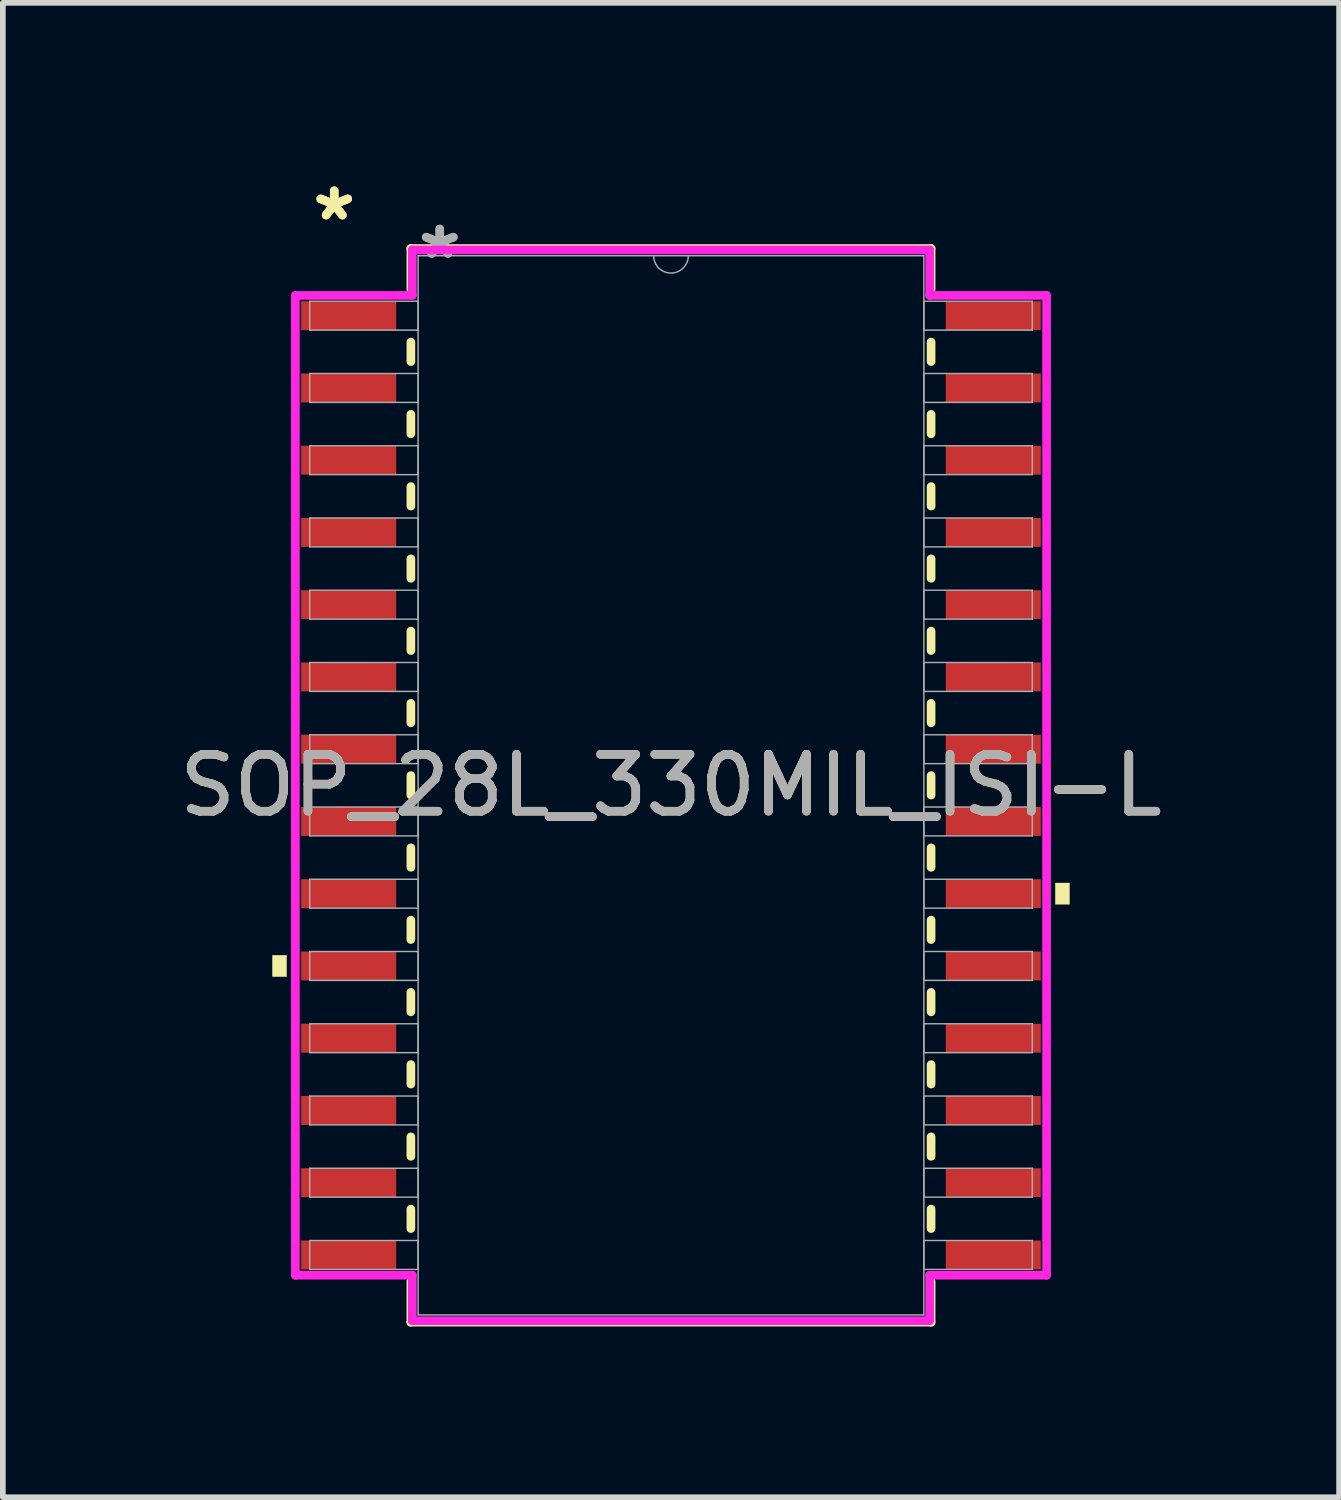
<source format=kicad_pcb>
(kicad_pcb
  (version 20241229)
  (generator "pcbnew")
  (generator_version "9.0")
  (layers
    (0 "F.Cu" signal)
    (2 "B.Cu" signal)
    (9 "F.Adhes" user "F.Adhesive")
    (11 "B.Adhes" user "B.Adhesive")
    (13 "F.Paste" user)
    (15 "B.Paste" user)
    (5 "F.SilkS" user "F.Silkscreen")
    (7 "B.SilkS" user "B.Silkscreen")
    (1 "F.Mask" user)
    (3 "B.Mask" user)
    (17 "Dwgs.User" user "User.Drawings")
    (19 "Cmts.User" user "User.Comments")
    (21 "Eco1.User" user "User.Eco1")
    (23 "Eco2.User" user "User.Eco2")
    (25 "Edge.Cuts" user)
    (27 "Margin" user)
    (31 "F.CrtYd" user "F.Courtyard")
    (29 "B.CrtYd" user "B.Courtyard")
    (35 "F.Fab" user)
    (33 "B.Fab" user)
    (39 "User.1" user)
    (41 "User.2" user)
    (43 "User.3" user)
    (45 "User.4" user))
  (footprint "SOP_28L_330MIL_ISI-L"
    (layer "F.Cu")
    (at 8.744 10.754)
    (property "Reference" "SOP_28L_330MIL_ISI-L" (at 0 0 0) (unlocked yes) (layer "F.SilkS") (effects (font (size 1 1) (thickness 0.15))))
    (attr smd)
    (fp_line (start -4.572 -9.436) (end -4.572 -8.719) (stroke (width 0.152) (type solid)) (layer "F.SilkS"))
    (fp_line (start -4.572 -7.791) (end -4.572 -7.449) (stroke (width 0.152) (type solid)) (layer "F.SilkS"))
    (fp_line (start -4.572 -6.521) (end -4.572 -6.179) (stroke (width 0.152) (type solid)) (layer "F.SilkS"))
    (fp_line (start -4.572 -5.251) (end -4.572 -4.909) (stroke (width 0.152) (type solid)) (layer "F.SilkS"))
    (fp_line (start -4.572 -3.981) (end -4.572 -3.639) (stroke (width 0.152) (type solid)) (layer "F.SilkS"))
    (fp_line (start -4.572 -2.711) (end -4.572 -2.369) (stroke (width 0.152) (type solid)) (layer "F.SilkS"))
    (fp_line (start -4.572 -1.441) (end -4.572 -1.099) (stroke (width 0.152) (type solid)) (layer "F.SilkS"))
    (fp_line (start -4.572 -0.171) (end -4.572 0.171) (stroke (width 0.152) (type solid)) (layer "F.SilkS"))
    (fp_line (start -4.572 1.099) (end -4.572 1.441) (stroke (width 0.152) (type solid)) (layer "F.SilkS"))
    (fp_line (start -4.572 2.369) (end -4.572 2.711) (stroke (width 0.152) (type solid)) (layer "F.SilkS"))
    (fp_line (start -4.572 3.639) (end -4.572 3.981) (stroke (width 0.152) (type solid)) (layer "F.SilkS"))
    (fp_line (start -4.572 4.909) (end -4.572 5.251) (stroke (width 0.152) (type solid)) (layer "F.SilkS"))
    (fp_line (start -4.572 6.179) (end -4.572 6.521) (stroke (width 0.152) (type solid)) (layer "F.SilkS"))
    (fp_line (start -4.572 7.449) (end -4.572 7.791) (stroke (width 0.152) (type solid)) (layer "F.SilkS"))
    (fp_line (start -4.572 8.719) (end -4.572 9.436) (stroke (width 0.152) (type solid)) (layer "F.SilkS"))
    (fp_line (start -4.572 9.436) (end 4.572 9.436) (stroke (width 0.152) (type solid)) (layer "F.SilkS"))
    (fp_line (start 4.572 -9.436) (end -4.572 -9.436) (stroke (width 0.152) (type solid)) (layer "F.SilkS"))
    (fp_line (start 4.572 -8.719) (end 4.572 -9.436) (stroke (width 0.152) (type solid)) (layer "F.SilkS"))
    (fp_line (start 4.572 -7.449) (end 4.572 -7.791) (stroke (width 0.152) (type solid)) (layer "F.SilkS"))
    (fp_line (start 4.572 -6.179) (end 4.572 -6.521) (stroke (width 0.152) (type solid)) (layer "F.SilkS"))
    (fp_line (start 4.572 -4.909) (end 4.572 -5.251) (stroke (width 0.152) (type solid)) (layer "F.SilkS"))
    (fp_line (start 4.572 -3.639) (end 4.572 -3.981) (stroke (width 0.152) (type solid)) (layer "F.SilkS"))
    (fp_line (start 4.572 -2.369) (end 4.572 -2.711) (stroke (width 0.152) (type solid)) (layer "F.SilkS"))
    (fp_line (start 4.572 -1.099) (end 4.572 -1.441) (stroke (width 0.152) (type solid)) (layer "F.SilkS"))
    (fp_line (start 4.572 0.171) (end 4.572 -0.171) (stroke (width 0.152) (type solid)) (layer "F.SilkS"))
    (fp_line (start 4.572 1.441) (end 4.572 1.099) (stroke (width 0.152) (type solid)) (layer "F.SilkS"))
    (fp_line (start 4.572 2.711) (end 4.572 2.369) (stroke (width 0.152) (type solid)) (layer "F.SilkS"))
    (fp_line (start 4.572 3.981) (end 4.572 3.639) (stroke (width 0.152) (type solid)) (layer "F.SilkS"))
    (fp_line (start 4.572 5.251) (end 4.572 4.909) (stroke (width 0.152) (type solid)) (layer "F.SilkS"))
    (fp_line (start 4.572 6.521) (end 4.572 6.179) (stroke (width 0.152) (type solid)) (layer "F.SilkS"))
    (fp_line (start 4.572 7.791) (end 4.572 7.449) (stroke (width 0.152) (type solid)) (layer "F.SilkS"))
    (fp_line (start 4.572 9.436) (end 4.572 8.719) (stroke (width 0.152) (type solid)) (layer "F.SilkS"))
    (fp_poly (pts (xy -7.008 2.985) (xy -7.008 3.365) (xy -6.754 3.365) (xy -6.754 2.985)) (stroke (width 0) (type solid)) (fill yes) (layer "F.SilkS"))
    (fp_poly (pts (xy 7.008 1.714) (xy 7.008 2.095) (xy 6.754 2.095) (xy 6.754 1.714)) (stroke (width 0) (type solid)) (fill yes) (layer "F.SilkS"))
    (fp_line (start -6.602 -8.611) (end -4.547 -8.611) (stroke (width 0.152) (type solid)) (layer "F.CrtYd"))
    (fp_line (start -6.602 8.611) (end -6.602 -8.611) (stroke (width 0.152) (type solid)) (layer "F.CrtYd"))
    (fp_line (start -6.602 8.611) (end -4.547 8.611) (stroke (width 0.152) (type solid)) (layer "F.CrtYd"))
    (fp_line (start -4.547 -9.411) (end 4.547 -9.411) (stroke (width 0.152) (type solid)) (layer "F.CrtYd"))
    (fp_line (start -4.547 -8.611) (end -4.547 -9.411) (stroke (width 0.152) (type solid)) (layer "F.CrtYd"))
    (fp_line (start -4.547 9.411) (end -4.547 8.611) (stroke (width 0.152) (type solid)) (layer "F.CrtYd"))
    (fp_line (start 4.547 -9.411) (end 4.547 -8.611) (stroke (width 0.152) (type solid)) (layer "F.CrtYd"))
    (fp_line (start 4.547 8.611) (end 4.547 9.411) (stroke (width 0.152) (type solid)) (layer "F.CrtYd"))
    (fp_line (start 4.547 9.411) (end -4.547 9.411) (stroke (width 0.152) (type solid)) (layer "F.CrtYd"))
    (fp_line (start 6.602 -8.611) (end 4.547 -8.611) (stroke (width 0.152) (type solid)) (layer "F.CrtYd"))
    (fp_line (start 6.602 -8.611) (end 6.602 8.611) (stroke (width 0.152) (type solid)) (layer "F.CrtYd"))
    (fp_line (start 6.602 8.611) (end 4.547 8.611) (stroke (width 0.152) (type solid)) (layer "F.CrtYd"))
    (fp_line (start -6.35 -8.509) (end -6.35 -8.001) (stroke (width 0.025) (type solid)) (layer "F.Fab"))
    (fp_line (start -6.35 -8.001) (end -4.445 -8.001) (stroke (width 0.025) (type solid)) (layer "F.Fab"))
    (fp_line (start -6.35 -7.239) (end -6.35 -6.731) (stroke (width 0.025) (type solid)) (layer "F.Fab"))
    (fp_line (start -6.35 -6.731) (end -4.445 -6.731) (stroke (width 0.025) (type solid)) (layer "F.Fab"))
    (fp_line (start -6.35 -5.969) (end -6.35 -5.461) (stroke (width 0.025) (type solid)) (layer "F.Fab"))
    (fp_line (start -6.35 -5.461) (end -4.445 -5.461) (stroke (width 0.025) (type solid)) (layer "F.Fab"))
    (fp_line (start -6.35 -4.699) (end -6.35 -4.191) (stroke (width 0.025) (type solid)) (layer "F.Fab"))
    (fp_line (start -6.35 -4.191) (end -4.445 -4.191) (stroke (width 0.025) (type solid)) (layer "F.Fab"))
    (fp_line (start -6.35 -3.429) (end -6.35 -2.921) (stroke (width 0.025) (type solid)) (layer "F.Fab"))
    (fp_line (start -6.35 -2.921) (end -4.445 -2.921) (stroke (width 0.025) (type solid)) (layer "F.Fab"))
    (fp_line (start -6.35 -2.159) (end -6.35 -1.651) (stroke (width 0.025) (type solid)) (layer "F.Fab"))
    (fp_line (start -6.35 -1.651) (end -4.445 -1.651) (stroke (width 0.025) (type solid)) (layer "F.Fab"))
    (fp_line (start -6.35 -0.889) (end -6.35 -0.381) (stroke (width 0.025) (type solid)) (layer "F.Fab"))
    (fp_line (start -6.35 -0.381) (end -4.445 -0.381) (stroke (width 0.025) (type solid)) (layer "F.Fab"))
    (fp_line (start -6.35 0.381) (end -6.35 0.889) (stroke (width 0.025) (type solid)) (layer "F.Fab"))
    (fp_line (start -6.35 0.889) (end -4.445 0.889) (stroke (width 0.025) (type solid)) (layer "F.Fab"))
    (fp_line (start -6.35 1.651) (end -6.35 2.159) (stroke (width 0.025) (type solid)) (layer "F.Fab"))
    (fp_line (start -6.35 2.159) (end -4.445 2.159) (stroke (width 0.025) (type solid)) (layer "F.Fab"))
    (fp_line (start -6.35 2.921) (end -6.35 3.429) (stroke (width 0.025) (type solid)) (layer "F.Fab"))
    (fp_line (start -6.35 3.429) (end -4.445 3.429) (stroke (width 0.025) (type solid)) (layer "F.Fab"))
    (fp_line (start -6.35 4.191) (end -6.35 4.699) (stroke (width 0.025) (type solid)) (layer "F.Fab"))
    (fp_line (start -6.35 4.699) (end -4.445 4.699) (stroke (width 0.025) (type solid)) (layer "F.Fab"))
    (fp_line (start -6.35 5.461) (end -6.35 5.969) (stroke (width 0.025) (type solid)) (layer "F.Fab"))
    (fp_line (start -6.35 5.969) (end -4.445 5.969) (stroke (width 0.025) (type solid)) (layer "F.Fab"))
    (fp_line (start -6.35 6.731) (end -6.35 7.239) (stroke (width 0.025) (type solid)) (layer "F.Fab"))
    (fp_line (start -6.35 7.239) (end -4.445 7.239) (stroke (width 0.025) (type solid)) (layer "F.Fab"))
    (fp_line (start -6.35 8.001) (end -6.35 8.509) (stroke (width 0.025) (type solid)) (layer "F.Fab"))
    (fp_line (start -6.35 8.509) (end -4.445 8.509) (stroke (width 0.025) (type solid)) (layer "F.Fab"))
    (fp_line (start -4.445 -9.309) (end -4.445 9.309) (stroke (width 0.025) (type solid)) (layer "F.Fab"))
    (fp_line (start -4.445 -8.509) (end -6.35 -8.509) (stroke (width 0.025) (type solid)) (layer "F.Fab"))
    (fp_line (start -4.445 -8.001) (end -4.445 -8.509) (stroke (width 0.025) (type solid)) (layer "F.Fab"))
    (fp_line (start -4.445 -7.239) (end -6.35 -7.239) (stroke (width 0.025) (type solid)) (layer "F.Fab"))
    (fp_line (start -4.445 -6.731) (end -4.445 -7.239) (stroke (width 0.025) (type solid)) (layer "F.Fab"))
    (fp_line (start -4.445 -5.969) (end -6.35 -5.969) (stroke (width 0.025) (type solid)) (layer "F.Fab"))
    (fp_line (start -4.445 -5.461) (end -4.445 -5.969) (stroke (width 0.025) (type solid)) (layer "F.Fab"))
    (fp_line (start -4.445 -4.699) (end -6.35 -4.699) (stroke (width 0.025) (type solid)) (layer "F.Fab"))
    (fp_line (start -4.445 -4.191) (end -4.445 -4.699) (stroke (width 0.025) (type solid)) (layer "F.Fab"))
    (fp_line (start -4.445 -3.429) (end -6.35 -3.429) (stroke (width 0.025) (type solid)) (layer "F.Fab"))
    (fp_line (start -4.445 -2.921) (end -4.445 -3.429) (stroke (width 0.025) (type solid)) (layer "F.Fab"))
    (fp_line (start -4.445 -2.159) (end -6.35 -2.159) (stroke (width 0.025) (type solid)) (layer "F.Fab"))
    (fp_line (start -4.445 -1.651) (end -4.445 -2.159) (stroke (width 0.025) (type solid)) (layer "F.Fab"))
    (fp_line (start -4.445 -0.889) (end -6.35 -0.889) (stroke (width 0.025) (type solid)) (layer "F.Fab"))
    (fp_line (start -4.445 -0.381) (end -4.445 -0.889) (stroke (width 0.025) (type solid)) (layer "F.Fab"))
    (fp_line (start -4.445 0.381) (end -6.35 0.381) (stroke (width 0.025) (type solid)) (layer "F.Fab"))
    (fp_line (start -4.445 0.889) (end -4.445 0.381) (stroke (width 0.025) (type solid)) (layer "F.Fab"))
    (fp_line (start -4.445 1.651) (end -6.35 1.651) (stroke (width 0.025) (type solid)) (layer "F.Fab"))
    (fp_line (start -4.445 2.159) (end -4.445 1.651) (stroke (width 0.025) (type solid)) (layer "F.Fab"))
    (fp_line (start -4.445 2.921) (end -6.35 2.921) (stroke (width 0.025) (type solid)) (layer "F.Fab"))
    (fp_line (start -4.445 3.429) (end -4.445 2.921) (stroke (width 0.025) (type solid)) (layer "F.Fab"))
    (fp_line (start -4.445 4.191) (end -6.35 4.191) (stroke (width 0.025) (type solid)) (layer "F.Fab"))
    (fp_line (start -4.445 4.699) (end -4.445 4.191) (stroke (width 0.025) (type solid)) (layer "F.Fab"))
    (fp_line (start -4.445 5.461) (end -6.35 5.461) (stroke (width 0.025) (type solid)) (layer "F.Fab"))
    (fp_line (start -4.445 5.969) (end -4.445 5.461) (stroke (width 0.025) (type solid)) (layer "F.Fab"))
    (fp_line (start -4.445 6.731) (end -6.35 6.731) (stroke (width 0.025) (type solid)) (layer "F.Fab"))
    (fp_line (start -4.445 7.239) (end -4.445 6.731) (stroke (width 0.025) (type solid)) (layer "F.Fab"))
    (fp_line (start -4.445 8.001) (end -6.35 8.001) (stroke (width 0.025) (type solid)) (layer "F.Fab"))
    (fp_line (start -4.445 8.509) (end -4.445 8.001) (stroke (width 0.025) (type solid)) (layer "F.Fab"))
    (fp_line (start -4.445 9.309) (end 4.445 9.309) (stroke (width 0.025) (type solid)) (layer "F.Fab"))
    (fp_line (start 4.445 -9.309) (end -4.445 -9.309) (stroke (width 0.025) (type solid)) (layer "F.Fab"))
    (fp_line (start 4.445 -8.509) (end 4.445 -8.001) (stroke (width 0.025) (type solid)) (layer "F.Fab"))
    (fp_line (start 4.445 -8.001) (end 6.35 -8.001) (stroke (width 0.025) (type solid)) (layer "F.Fab"))
    (fp_line (start 4.445 -7.239) (end 4.445 -6.731) (stroke (width 0.025) (type solid)) (layer "F.Fab"))
    (fp_line (start 4.445 -6.731) (end 6.35 -6.731) (stroke (width 0.025) (type solid)) (layer "F.Fab"))
    (fp_line (start 4.445 -5.969) (end 4.445 -5.461) (stroke (width 0.025) (type solid)) (layer "F.Fab"))
    (fp_line (start 4.445 -5.461) (end 6.35 -5.461) (stroke (width 0.025) (type solid)) (layer "F.Fab"))
    (fp_line (start 4.445 -4.699) (end 4.445 -4.191) (stroke (width 0.025) (type solid)) (layer "F.Fab"))
    (fp_line (start 4.445 -4.191) (end 6.35 -4.191) (stroke (width 0.025) (type solid)) (layer "F.Fab"))
    (fp_line (start 4.445 -3.429) (end 4.445 -2.921) (stroke (width 0.025) (type solid)) (layer "F.Fab"))
    (fp_line (start 4.445 -2.921) (end 6.35 -2.921) (stroke (width 0.025) (type solid)) (layer "F.Fab"))
    (fp_line (start 4.445 -2.159) (end 4.445 -1.651) (stroke (width 0.025) (type solid)) (layer "F.Fab"))
    (fp_line (start 4.445 -1.651) (end 6.35 -1.651) (stroke (width 0.025) (type solid)) (layer "F.Fab"))
    (fp_line (start 4.445 -0.889) (end 4.445 -0.381) (stroke (width 0.025) (type solid)) (layer "F.Fab"))
    (fp_line (start 4.445 -0.381) (end 6.35 -0.381) (stroke (width 0.025) (type solid)) (layer "F.Fab"))
    (fp_line (start 4.445 0.381) (end 4.445 0.889) (stroke (width 0.025) (type solid)) (layer "F.Fab"))
    (fp_line (start 4.445 0.889) (end 6.35 0.889) (stroke (width 0.025) (type solid)) (layer "F.Fab"))
    (fp_line (start 4.445 1.651) (end 4.445 2.159) (stroke (width 0.025) (type solid)) (layer "F.Fab"))
    (fp_line (start 4.445 2.159) (end 6.35 2.159) (stroke (width 0.025) (type solid)) (layer "F.Fab"))
    (fp_line (start 4.445 2.921) (end 4.445 3.429) (stroke (width 0.025) (type solid)) (layer "F.Fab"))
    (fp_line (start 4.445 3.429) (end 6.35 3.429) (stroke (width 0.025) (type solid)) (layer "F.Fab"))
    (fp_line (start 4.445 4.191) (end 4.445 4.699) (stroke (width 0.025) (type solid)) (layer "F.Fab"))
    (fp_line (start 4.445 4.699) (end 6.35 4.699) (stroke (width 0.025) (type solid)) (layer "F.Fab"))
    (fp_line (start 4.445 5.461) (end 4.445 5.969) (stroke (width 0.025) (type solid)) (layer "F.Fab"))
    (fp_line (start 4.445 5.969) (end 6.35 5.969) (stroke (width 0.025) (type solid)) (layer "F.Fab"))
    (fp_line (start 4.445 6.731) (end 4.445 7.239) (stroke (width 0.025) (type solid)) (layer "F.Fab"))
    (fp_line (start 4.445 7.239) (end 6.35 7.239) (stroke (width 0.025) (type solid)) (layer "F.Fab"))
    (fp_line (start 4.445 8.001) (end 4.445 8.509) (stroke (width 0.025) (type solid)) (layer "F.Fab"))
    (fp_line (start 4.445 8.509) (end 6.35 8.509) (stroke (width 0.025) (type solid)) (layer "F.Fab"))
    (fp_line (start 4.445 9.309) (end 4.445 -9.309) (stroke (width 0.025) (type solid)) (layer "F.Fab"))
    (fp_line (start 6.35 -8.509) (end 4.445 -8.509) (stroke (width 0.025) (type solid)) (layer "F.Fab"))
    (fp_line (start 6.35 -8.001) (end 6.35 -8.509) (stroke (width 0.025) (type solid)) (layer "F.Fab"))
    (fp_line (start 6.35 -7.239) (end 4.445 -7.239) (stroke (width 0.025) (type solid)) (layer "F.Fab"))
    (fp_line (start 6.35 -6.731) (end 6.35 -7.239) (stroke (width 0.025) (type solid)) (layer "F.Fab"))
    (fp_line (start 6.35 -5.969) (end 4.445 -5.969) (stroke (width 0.025) (type solid)) (layer "F.Fab"))
    (fp_line (start 6.35 -5.461) (end 6.35 -5.969) (stroke (width 0.025) (type solid)) (layer "F.Fab"))
    (fp_line (start 6.35 -4.699) (end 4.445 -4.699) (stroke (width 0.025) (type solid)) (layer "F.Fab"))
    (fp_line (start 6.35 -4.191) (end 6.35 -4.699) (stroke (width 0.025) (type solid)) (layer "F.Fab"))
    (fp_line (start 6.35 -3.429) (end 4.445 -3.429) (stroke (width 0.025) (type solid)) (layer "F.Fab"))
    (fp_line (start 6.35 -2.921) (end 6.35 -3.429) (stroke (width 0.025) (type solid)) (layer "F.Fab"))
    (fp_line (start 6.35 -2.159) (end 4.445 -2.159) (stroke (width 0.025) (type solid)) (layer "F.Fab"))
    (fp_line (start 6.35 -1.651) (end 6.35 -2.159) (stroke (width 0.025) (type solid)) (layer "F.Fab"))
    (fp_line (start 6.35 -0.889) (end 4.445 -0.889) (stroke (width 0.025) (type solid)) (layer "F.Fab"))
    (fp_line (start 6.35 -0.381) (end 6.35 -0.889) (stroke (width 0.025) (type solid)) (layer "F.Fab"))
    (fp_line (start 6.35 0.381) (end 4.445 0.381) (stroke (width 0.025) (type solid)) (layer "F.Fab"))
    (fp_line (start 6.35 0.889) (end 6.35 0.381) (stroke (width 0.025) (type solid)) (layer "F.Fab"))
    (fp_line (start 6.35 1.651) (end 4.445 1.651) (stroke (width 0.025) (type solid)) (layer "F.Fab"))
    (fp_line (start 6.35 2.159) (end 6.35 1.651) (stroke (width 0.025) (type solid)) (layer "F.Fab"))
    (fp_line (start 6.35 2.921) (end 4.445 2.921) (stroke (width 0.025) (type solid)) (layer "F.Fab"))
    (fp_line (start 6.35 3.429) (end 6.35 2.921) (stroke (width 0.025) (type solid)) (layer "F.Fab"))
    (fp_line (start 6.35 4.191) (end 4.445 4.191) (stroke (width 0.025) (type solid)) (layer "F.Fab"))
    (fp_line (start 6.35 4.699) (end 6.35 4.191) (stroke (width 0.025) (type solid)) (layer "F.Fab"))
    (fp_line (start 6.35 5.461) (end 4.445 5.461) (stroke (width 0.025) (type solid)) (layer "F.Fab"))
    (fp_line (start 6.35 5.969) (end 6.35 5.461) (stroke (width 0.025) (type solid)) (layer "F.Fab"))
    (fp_line (start 6.35 6.731) (end 4.445 6.731) (stroke (width 0.025) (type solid)) (layer "F.Fab"))
    (fp_line (start 6.35 7.239) (end 6.35 6.731) (stroke (width 0.025) (type solid)) (layer "F.Fab"))
    (fp_line (start 6.35 8.001) (end 4.445 8.001) (stroke (width 0.025) (type solid)) (layer "F.Fab"))
    (fp_line (start 6.35 8.509) (end 6.35 8.001) (stroke (width 0.025) (type solid)) (layer "F.Fab"))
    (fp_arc (start 0.3048 -9.3091) (mid 0 -9.0043) (end -0.3048 -9.3091) (stroke (width 0.0254) (type solid)) (layer "F.Fab"))
    (fp_text user "*" (at -5.919 -9.906 0) (unlocked yes) (layer "F.SilkS") (effects (font (size 1 1) (thickness 0.15))))
    (fp_text user "*" (at -5.919 -9.906 0) (layer "F.SilkS") (effects (font (size 1 1) (thickness 0.15))))
    (fp_text user "*" (at -4.064 -9.233 0) (layer "F.Fab") (effects (font (size 1 1) (thickness 0.15))))
    (fp_text user "${REFERENCE}" (at 0 0 0) (unlocked yes) (layer "F.Fab") (effects (font (size 1 1) (thickness 0.15))))
    (fp_text user "*" (at -4.064 -9.233 0) (unlocked yes) (layer "F.Fab") (effects (font (size 1 1) (thickness 0.15))))
    (pad "1" smd rect (at -5.665 -8.255) (size 1.67 0.508) (layers "F.Cu" "F.Mask" "F.Paste"))
    (pad "2" smd rect (at -5.665 -6.985) (size 1.67 0.508) (layers "F.Cu" "F.Mask" "F.Paste"))
    (pad "3" smd rect (at -5.665 -5.715) (size 1.67 0.508) (layers "F.Cu" "F.Mask" "F.Paste"))
    (pad "4" smd rect (at -5.665 -4.445) (size 1.67 0.508) (layers "F.Cu" "F.Mask" "F.Paste"))
    (pad "5" smd rect (at -5.665 -3.175) (size 1.67 0.508) (layers "F.Cu" "F.Mask" "F.Paste"))
    (pad "6" smd rect (at -5.665 -1.905) (size 1.67 0.508) (layers "F.Cu" "F.Mask" "F.Paste"))
    (pad "7" smd rect (at -5.665 -0.635) (size 1.67 0.508) (layers "F.Cu" "F.Mask" "F.Paste"))
    (pad "8" smd rect (at -5.665 0.635) (size 1.67 0.508) (layers "F.Cu" "F.Mask" "F.Paste"))
    (pad "9" smd rect (at -5.665 1.905) (size 1.67 0.508) (layers "F.Cu" "F.Mask" "F.Paste"))
    (pad "10" smd rect (at -5.665 3.175) (size 1.67 0.508) (layers "F.Cu" "F.Mask" "F.Paste"))
    (pad "11" smd rect (at -5.665 4.445) (size 1.67 0.508) (layers "F.Cu" "F.Mask" "F.Paste"))
    (pad "12" smd rect (at -5.665 5.715) (size 1.67 0.508) (layers "F.Cu" "F.Mask" "F.Paste"))
    (pad "13" smd rect (at -5.665 6.985) (size 1.67 0.508) (layers "F.Cu" "F.Mask" "F.Paste"))
    (pad "14" smd rect (at -5.665 8.255) (size 1.67 0.508) (layers "F.Cu" "F.Mask" "F.Paste"))
    (pad "15" smd rect (at 5.665 8.255) (size 1.67 0.508) (layers "F.Cu" "F.Mask" "F.Paste"))
    (pad "16" smd rect (at 5.665 6.985) (size 1.67 0.508) (layers "F.Cu" "F.Mask" "F.Paste"))
    (pad "17" smd rect (at 5.665 5.715) (size 1.67 0.508) (layers "F.Cu" "F.Mask" "F.Paste"))
    (pad "18" smd rect (at 5.665 4.445) (size 1.67 0.508) (layers "F.Cu" "F.Mask" "F.Paste"))
    (pad "19" smd rect (at 5.665 3.175) (size 1.67 0.508) (layers "F.Cu" "F.Mask" "F.Paste"))
    (pad "20" smd rect (at 5.665 1.905) (size 1.67 0.508) (layers "F.Cu" "F.Mask" "F.Paste"))
    (pad "21" smd rect (at 5.665 0.635) (size 1.67 0.508) (layers "F.Cu" "F.Mask" "F.Paste"))
    (pad "22" smd rect (at 5.665 -0.635) (size 1.67 0.508) (layers "F.Cu" "F.Mask" "F.Paste"))
    (pad "23" smd rect (at 5.665 -1.905) (size 1.67 0.508) (layers "F.Cu" "F.Mask" "F.Paste"))
    (pad "24" smd rect (at 5.665 -3.175) (size 1.67 0.508) (layers "F.Cu" "F.Mask" "F.Paste"))
    (pad "25" smd rect (at 5.665 -4.445) (size 1.67 0.508) (layers "F.Cu" "F.Mask" "F.Paste"))
    (pad "26" smd rect (at 5.665 -5.715) (size 1.67 0.508) (layers "F.Cu" "F.Mask" "F.Paste"))
    (pad "27" smd rect (at 5.665 -6.985) (size 1.67 0.508) (layers "F.Cu" "F.Mask" "F.Paste"))
    (pad "28" smd rect (at 5.665 -8.255) (size 1.67 0.508) (layers "F.Cu" "F.Mask" "F.Paste")))
  (gr_rect
    (start -3 -3)
    (end 20.488 23.267)
    (stroke (width 0.1) (type default))
    (fill no)
    (layer "Edge.Cuts")))
</source>
